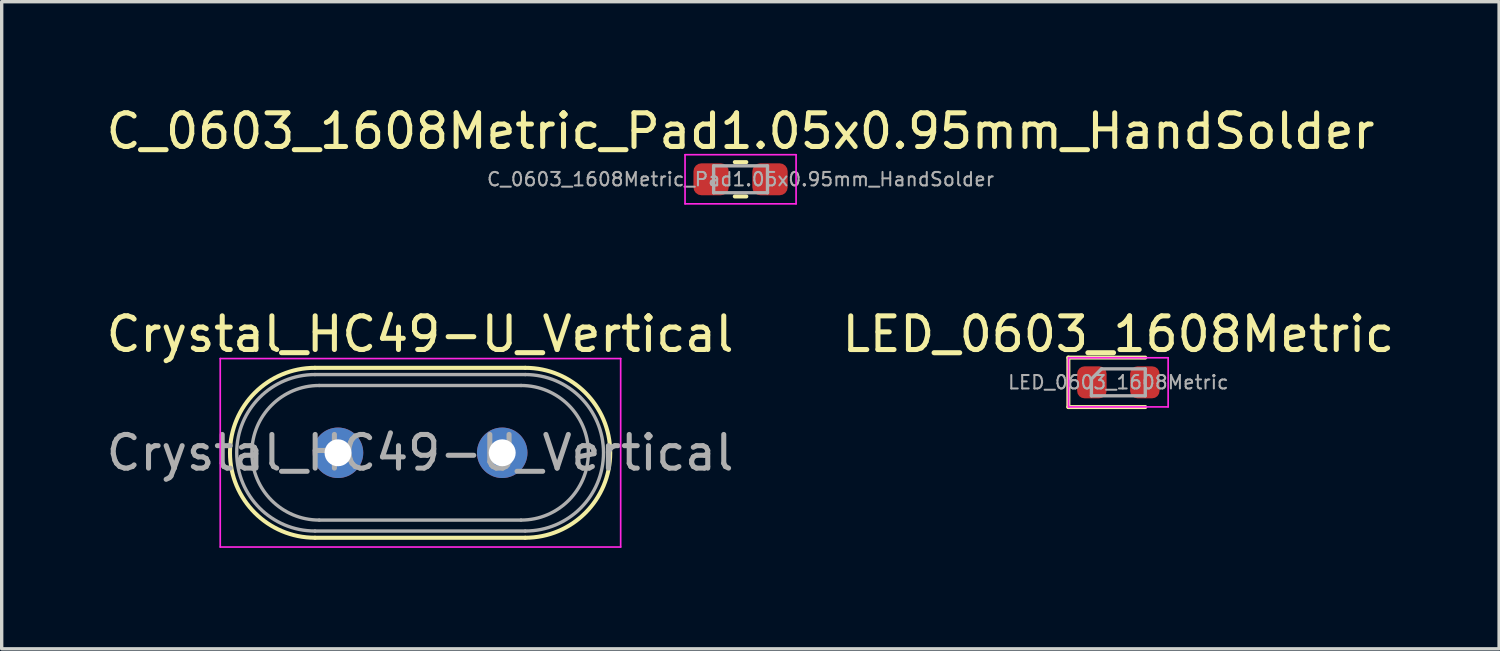
<source format=kicad_pcb>
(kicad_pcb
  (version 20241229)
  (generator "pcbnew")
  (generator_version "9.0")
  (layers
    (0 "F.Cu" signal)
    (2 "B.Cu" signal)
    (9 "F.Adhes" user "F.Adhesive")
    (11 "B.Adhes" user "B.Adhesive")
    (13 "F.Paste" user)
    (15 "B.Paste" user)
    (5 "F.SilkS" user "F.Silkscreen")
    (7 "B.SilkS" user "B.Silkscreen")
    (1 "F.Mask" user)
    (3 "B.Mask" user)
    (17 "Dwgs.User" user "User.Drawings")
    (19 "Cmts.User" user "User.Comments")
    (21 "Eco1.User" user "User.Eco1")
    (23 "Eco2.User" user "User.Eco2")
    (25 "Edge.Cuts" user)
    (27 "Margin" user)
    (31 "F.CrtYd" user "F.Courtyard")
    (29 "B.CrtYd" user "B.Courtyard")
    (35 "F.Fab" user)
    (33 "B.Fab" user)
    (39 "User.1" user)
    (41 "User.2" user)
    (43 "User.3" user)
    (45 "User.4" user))
  (footprint "C_0603_1608Metric_Pad1.05x0.95mm_HandSolder"
    (layer "F.Cu")
    (at 18.958 2.278)
    (property "Reference" "C_0603_1608Metric_Pad1.05x0.95mm_HandSolder" (at 0 -1.43 0) (layer "F.SilkS") (effects (font (size 1 1) (thickness 0.15))))
    (attr smd)
    (fp_line (start -0.171 -0.51) (end 0.171 -0.51) (stroke (width 0.12) (type solid)) (layer "F.SilkS"))
    (fp_line (start -0.171 0.51) (end 0.171 0.51) (stroke (width 0.12) (type solid)) (layer "F.SilkS"))
    (fp_line (start -1.65 -0.73) (end 1.65 -0.73) (stroke (width 0.05) (type solid)) (layer "F.CrtYd"))
    (fp_line (start -1.65 0.73) (end -1.65 -0.73) (stroke (width 0.05) (type solid)) (layer "F.CrtYd"))
    (fp_line (start 1.65 -0.73) (end 1.65 0.73) (stroke (width 0.05) (type solid)) (layer "F.CrtYd"))
    (fp_line (start 1.65 0.73) (end -1.65 0.73) (stroke (width 0.05) (type solid)) (layer "F.CrtYd"))
    (fp_line (start -0.8 -0.4) (end 0.8 -0.4) (stroke (width 0.1) (type solid)) (layer "F.Fab"))
    (fp_line (start -0.8 0.4) (end -0.8 -0.4) (stroke (width 0.1) (type solid)) (layer "F.Fab"))
    (fp_line (start 0.8 -0.4) (end 0.8 0.4) (stroke (width 0.1) (type solid)) (layer "F.Fab"))
    (fp_line (start 0.8 0.4) (end -0.8 0.4) (stroke (width 0.1) (type solid)) (layer "F.Fab"))
    (fp_text user "${REFERENCE}" (at 0 0 0) (layer "F.Fab") (effects (font (size 0.4 0.4) (thickness 0.06))))
    (pad "1" smd roundrect (at -0.875 0) (size 1.05 0.95) (layers "F.Cu" "F.Mask" "F.Paste") (roundrect_rratio 0.25))
    (pad "2" smd roundrect (at 0.875 0) (size 1.05 0.95) (layers "F.Cu" "F.Mask" "F.Paste") (roundrect_rratio 0.25)))
  (footprint "LED_0603_1608Metric"
    (layer "F.Cu")
    (at 30.185 8.312)
    (property "Reference" "LED_0603_1608Metric" (at 0 -1.43 0) (layer "F.SilkS") (effects (font (size 1 1) (thickness 0.15))))
    (attr smd)
    (fp_line (start -1.485 -0.735) (end -1.485 0.735) (stroke (width 0.12) (type solid)) (layer "F.SilkS"))
    (fp_line (start -1.485 0.735) (end 0.8 0.735) (stroke (width 0.12) (type solid)) (layer "F.SilkS"))
    (fp_line (start 0.8 -0.735) (end -1.485 -0.735) (stroke (width 0.12) (type solid)) (layer "F.SilkS"))
    (fp_line (start -1.48 -0.73) (end 1.48 -0.73) (stroke (width 0.05) (type solid)) (layer "F.CrtYd"))
    (fp_line (start -1.48 0.73) (end -1.48 -0.73) (stroke (width 0.05) (type solid)) (layer "F.CrtYd"))
    (fp_line (start 1.48 -0.73) (end 1.48 0.73) (stroke (width 0.05) (type solid)) (layer "F.CrtYd"))
    (fp_line (start 1.48 0.73) (end -1.48 0.73) (stroke (width 0.05) (type solid)) (layer "F.CrtYd"))
    (fp_line (start -0.8 -0.1) (end -0.8 0.4) (stroke (width 0.1) (type solid)) (layer "F.Fab"))
    (fp_line (start -0.8 0.4) (end 0.8 0.4) (stroke (width 0.1) (type solid)) (layer "F.Fab"))
    (fp_line (start -0.5 -0.4) (end -0.8 -0.1) (stroke (width 0.1) (type solid)) (layer "F.Fab"))
    (fp_line (start 0.8 -0.4) (end -0.5 -0.4) (stroke (width 0.1) (type solid)) (layer "F.Fab"))
    (fp_line (start 0.8 0.4) (end 0.8 -0.4) (stroke (width 0.1) (type solid)) (layer "F.Fab"))
    (fp_text user "${REFERENCE}" (at 0 0 0) (layer "F.Fab") (effects (font (size 0.4 0.4) (thickness 0.06))))
    (pad "1" smd roundrect (at -0.787 0) (size 0.875 0.95) (layers "F.Cu" "F.Mask" "F.Paste") (roundrect_rratio 0.25))
    (pad "2" smd roundrect (at 0.787 0) (size 0.875 0.95) (layers "F.Cu" "F.Mask" "F.Paste") (roundrect_rratio 0.25)))
  (footprint "Crystal_HC49-U_Vertical"
    (layer "F.Cu")
    (at 6.995 10.406)
    (property "Reference" "Crystal_HC49-U_Vertical" (at 2.44 -3.525 0) (layer "F.SilkS") (effects (font (size 1 1) (thickness 0.15))))
    (attr through_hole)
    (fp_line (start -0.685 -2.525) (end 5.565 -2.525) (stroke (width 0.12) (type solid)) (layer "F.SilkS"))
    (fp_line (start -0.685 2.525) (end 5.565 2.525) (stroke (width 0.12) (type solid)) (layer "F.SilkS"))
    (fp_arc (start -0.685 2.525) (mid -3.21 0) (end -0.685 -2.525) (stroke (width 0.12) (type solid)) (layer "F.SilkS"))
    (fp_arc (start 5.565 -2.525) (mid 8.09 0) (end 5.565 2.525) (stroke (width 0.12) (type solid)) (layer "F.SilkS"))
    (fp_line (start -3.5 -2.8) (end -3.5 2.8) (stroke (width 0.05) (type solid)) (layer "F.CrtYd"))
    (fp_line (start -3.5 2.8) (end 8.4 2.8) (stroke (width 0.05) (type solid)) (layer "F.CrtYd"))
    (fp_line (start 8.4 -2.8) (end -3.5 -2.8) (stroke (width 0.05) (type solid)) (layer "F.CrtYd"))
    (fp_line (start 8.4 2.8) (end 8.4 -2.8) (stroke (width 0.05) (type solid)) (layer "F.CrtYd"))
    (fp_line (start -0.685 -2.325) (end 5.565 -2.325) (stroke (width 0.1) (type solid)) (layer "F.Fab"))
    (fp_line (start -0.685 2.325) (end 5.565 2.325) (stroke (width 0.1) (type solid)) (layer "F.Fab"))
    (fp_line (start -0.56 -2) (end 5.44 -2) (stroke (width 0.1) (type solid)) (layer "F.Fab"))
    (fp_line (start -0.56 2) (end 5.44 2) (stroke (width 0.1) (type solid)) (layer "F.Fab"))
    (fp_arc (start -0.685 2.325) (mid -3.01 0) (end -0.685 -2.325) (stroke (width 0.1) (type solid)) (layer "F.Fab"))
    (fp_arc (start -0.56 2) (mid -2.56 0) (end -0.56 -2) (stroke (width 0.1) (type solid)) (layer "F.Fab"))
    (fp_arc (start 5.44 -2) (mid 7.44 0) (end 5.44 2) (stroke (width 0.1) (type solid)) (layer "F.Fab"))
    (fp_arc (start 5.565 -2.325) (mid 7.89 0) (end 5.565 2.325) (stroke (width 0.1) (type solid)) (layer "F.Fab"))
    (fp_text user "${REFERENCE}" (at 2.44 0 0) (layer "F.Fab") (effects (font (size 1 1) (thickness 0.15))))
    (pad "1" thru_hole circle (at 0 0) (size 1.5 1.5) (drill 0.8) (layers "*.Cu" "*.Mask"))
    (pad "2" thru_hole circle (at 4.88 0) (size 1.5 1.5) (drill 0.8) (layers "*.Cu" "*.Mask")))
  (gr_rect
    (start -3 -3)
    (end 41.5 16.232)
    (stroke (width 0.1) (type default))
    (fill no)
    (layer "Edge.Cuts")))
</source>
